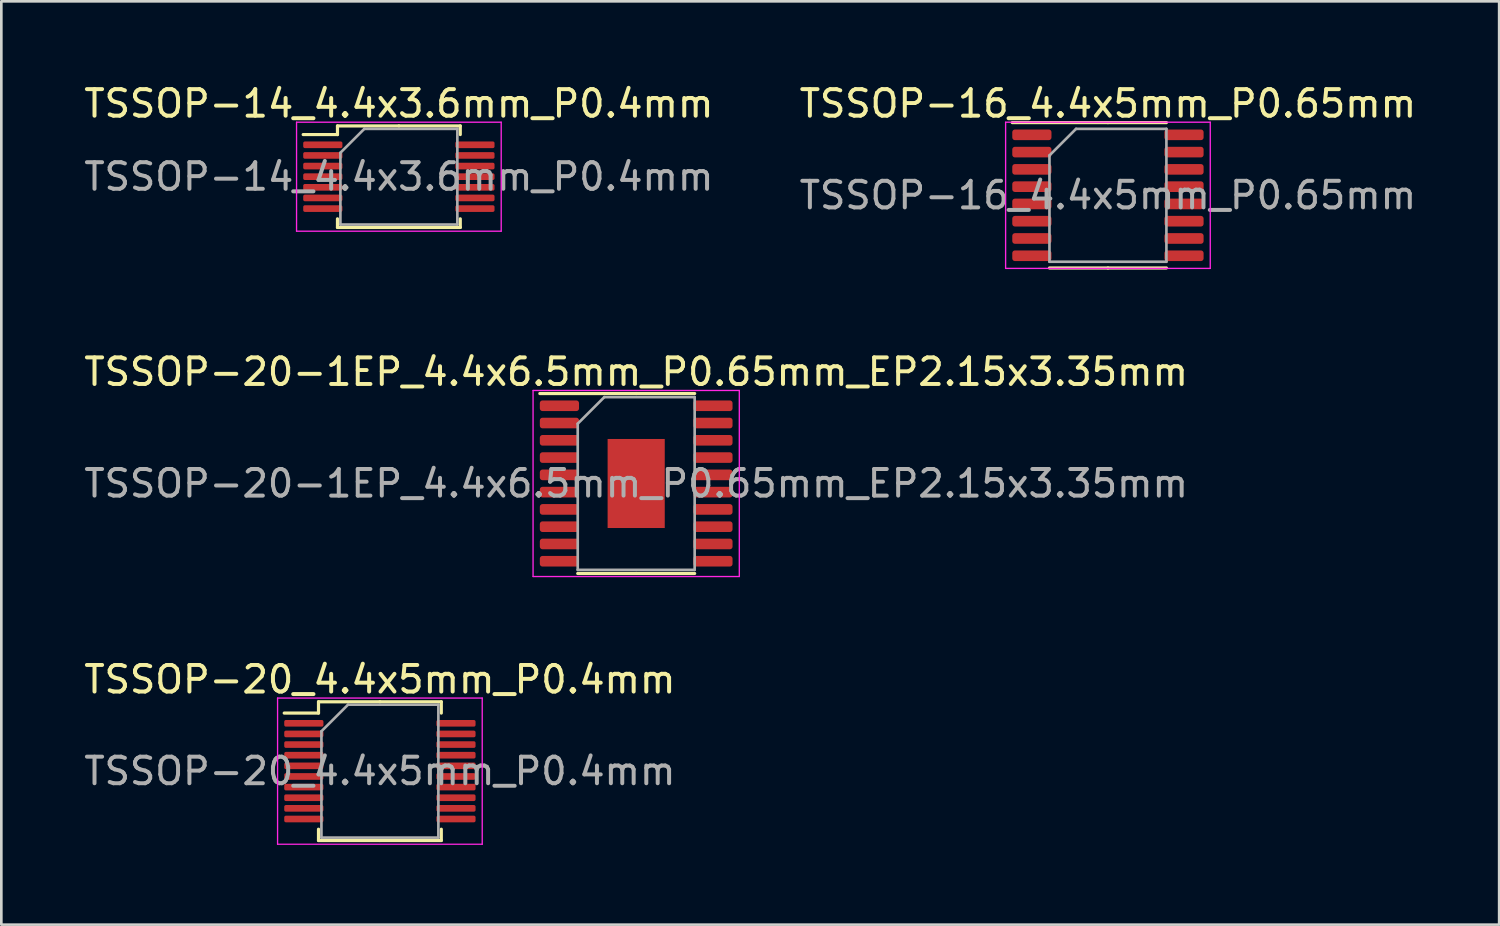
<source format=kicad_pcb>
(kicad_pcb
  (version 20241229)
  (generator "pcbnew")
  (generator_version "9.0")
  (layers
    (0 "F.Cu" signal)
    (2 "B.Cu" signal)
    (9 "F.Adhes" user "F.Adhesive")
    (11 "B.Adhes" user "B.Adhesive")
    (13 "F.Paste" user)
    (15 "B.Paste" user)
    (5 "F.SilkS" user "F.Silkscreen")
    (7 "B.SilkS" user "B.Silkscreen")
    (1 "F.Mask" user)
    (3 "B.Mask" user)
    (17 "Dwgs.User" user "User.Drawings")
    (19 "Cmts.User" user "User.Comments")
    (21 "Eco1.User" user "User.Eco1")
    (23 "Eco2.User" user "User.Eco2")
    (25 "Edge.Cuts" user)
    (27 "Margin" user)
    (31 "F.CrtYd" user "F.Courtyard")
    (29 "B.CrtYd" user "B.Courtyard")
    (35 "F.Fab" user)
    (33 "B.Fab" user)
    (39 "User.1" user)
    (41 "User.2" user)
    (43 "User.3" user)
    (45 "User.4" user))
  (footprint "TSSOP-16_4.4x5mm_P0.65mm"
    (layer "F.Cu")
    (at 38.637 4.298)
    (property "Reference" "TSSOP-16_4.4x5mm_P0.65mm" (at 0 -3.45 0) (layer "F.SilkS") (effects (font (size 1 1) (thickness 0.15))))
    (attr smd)
    (fp_line (start 0 -2.735) (end -3.6 -2.735) (stroke (width 0.12) (type solid)) (layer "F.SilkS"))
    (fp_line (start 0 -2.735) (end 2.2 -2.735) (stroke (width 0.12) (type solid)) (layer "F.SilkS"))
    (fp_line (start 0 2.735) (end -2.2 2.735) (stroke (width 0.12) (type solid)) (layer "F.SilkS"))
    (fp_line (start 0 2.735) (end 2.2 2.735) (stroke (width 0.12) (type solid)) (layer "F.SilkS"))
    (fp_line (start -3.85 -2.75) (end -3.85 2.75) (stroke (width 0.05) (type solid)) (layer "F.CrtYd"))
    (fp_line (start -3.85 2.75) (end 3.85 2.75) (stroke (width 0.05) (type solid)) (layer "F.CrtYd"))
    (fp_line (start 3.85 -2.75) (end -3.85 -2.75) (stroke (width 0.05) (type solid)) (layer "F.CrtYd"))
    (fp_line (start 3.85 2.75) (end 3.85 -2.75) (stroke (width 0.05) (type solid)) (layer "F.CrtYd"))
    (fp_line (start -2.2 -1.5) (end -1.2 -2.5) (stroke (width 0.1) (type solid)) (layer "F.Fab"))
    (fp_line (start -2.2 2.5) (end -2.2 -1.5) (stroke (width 0.1) (type solid)) (layer "F.Fab"))
    (fp_line (start -1.2 -2.5) (end 2.2 -2.5) (stroke (width 0.1) (type solid)) (layer "F.Fab"))
    (fp_line (start 2.2 -2.5) (end 2.2 2.5) (stroke (width 0.1) (type solid)) (layer "F.Fab"))
    (fp_line (start 2.2 2.5) (end -2.2 2.5) (stroke (width 0.1) (type solid)) (layer "F.Fab"))
    (fp_text user "${REFERENCE}" (at 0 0 0) (layer "F.Fab") (effects (font (size 1 1) (thickness 0.15))))
    (pad "1" smd roundrect (at -2.862 -2.275) (size 1.475 0.4) (layers "F.Cu" "F.Mask" "F.Paste") (roundrect_rratio 0.25))
    (pad "2" smd roundrect (at -2.862 -1.625) (size 1.475 0.4) (layers "F.Cu" "F.Mask" "F.Paste") (roundrect_rratio 0.25))
    (pad "3" smd roundrect (at -2.862 -0.975) (size 1.475 0.4) (layers "F.Cu" "F.Mask" "F.Paste") (roundrect_rratio 0.25))
    (pad "4" smd roundrect (at -2.862 -0.325) (size 1.475 0.4) (layers "F.Cu" "F.Mask" "F.Paste") (roundrect_rratio 0.25))
    (pad "5" smd roundrect (at -2.862 0.325) (size 1.475 0.4) (layers "F.Cu" "F.Mask" "F.Paste") (roundrect_rratio 0.25))
    (pad "6" smd roundrect (at -2.862 0.975) (size 1.475 0.4) (layers "F.Cu" "F.Mask" "F.Paste") (roundrect_rratio 0.25))
    (pad "7" smd roundrect (at -2.862 1.625) (size 1.475 0.4) (layers "F.Cu" "F.Mask" "F.Paste") (roundrect_rratio 0.25))
    (pad "8" smd roundrect (at -2.862 2.275) (size 1.475 0.4) (layers "F.Cu" "F.Mask" "F.Paste") (roundrect_rratio 0.25))
    (pad "9" smd roundrect (at 2.862 2.275) (size 1.475 0.4) (layers "F.Cu" "F.Mask" "F.Paste") (roundrect_rratio 0.25))
    (pad "10" smd roundrect (at 2.862 1.625) (size 1.475 0.4) (layers "F.Cu" "F.Mask" "F.Paste") (roundrect_rratio 0.25))
    (pad "11" smd roundrect (at 2.862 0.975) (size 1.475 0.4) (layers "F.Cu" "F.Mask" "F.Paste") (roundrect_rratio 0.25))
    (pad "12" smd roundrect (at 2.862 0.325) (size 1.475 0.4) (layers "F.Cu" "F.Mask" "F.Paste") (roundrect_rratio 0.25))
    (pad "13" smd roundrect (at 2.862 -0.325) (size 1.475 0.4) (layers "F.Cu" "F.Mask" "F.Paste") (roundrect_rratio 0.25))
    (pad "14" smd roundrect (at 2.862 -0.975) (size 1.475 0.4) (layers "F.Cu" "F.Mask" "F.Paste") (roundrect_rratio 0.25))
    (pad "15" smd roundrect (at 2.862 -1.625) (size 1.475 0.4) (layers "F.Cu" "F.Mask" "F.Paste") (roundrect_rratio 0.25))
    (pad "16" smd roundrect (at 2.862 -2.275) (size 1.475 0.4) (layers "F.Cu" "F.Mask" "F.Paste") (roundrect_rratio 0.25)))
  (footprint "TSSOP-20-1EP_4.4x6.5mm_P0.65mm_EP2.15x3.35mm"
    (layer "F.Cu")
    (at 20.887 15.142)
    (property "Reference" "TSSOP-20-1EP_4.4x6.5mm_P0.65mm_EP2.15x3.35mm" (at 0 -4.2 0) (layer "F.SilkS") (effects (font (size 1 1) (thickness 0.15))))
    (attr smd)
    (fp_line (start 0 -3.385) (end -3.625 -3.385) (stroke (width 0.12) (type solid)) (layer "F.SilkS"))
    (fp_line (start 0 -3.385) (end 2.2 -3.385) (stroke (width 0.12) (type solid)) (layer "F.SilkS"))
    (fp_line (start 0 3.385) (end -2.2 3.385) (stroke (width 0.12) (type solid)) (layer "F.SilkS"))
    (fp_line (start 0 3.385) (end 2.2 3.385) (stroke (width 0.12) (type solid)) (layer "F.SilkS"))
    (fp_line (start -3.88 -3.5) (end -3.88 3.5) (stroke (width 0.05) (type solid)) (layer "F.CrtYd"))
    (fp_line (start -3.88 3.5) (end 3.88 3.5) (stroke (width 0.05) (type solid)) (layer "F.CrtYd"))
    (fp_line (start 3.88 -3.5) (end -3.88 -3.5) (stroke (width 0.05) (type solid)) (layer "F.CrtYd"))
    (fp_line (start 3.88 3.5) (end 3.88 -3.5) (stroke (width 0.05) (type solid)) (layer "F.CrtYd"))
    (fp_line (start -2.2 -2.25) (end -1.2 -3.25) (stroke (width 0.1) (type solid)) (layer "F.Fab"))
    (fp_line (start -2.2 3.25) (end -2.2 -2.25) (stroke (width 0.1) (type solid)) (layer "F.Fab"))
    (fp_line (start -1.2 -3.25) (end 2.2 -3.25) (stroke (width 0.1) (type solid)) (layer "F.Fab"))
    (fp_line (start 2.2 -3.25) (end 2.2 3.25) (stroke (width 0.1) (type solid)) (layer "F.Fab"))
    (fp_line (start 2.2 3.25) (end -2.2 3.25) (stroke (width 0.1) (type solid)) (layer "F.Fab"))
    (fp_text user "${REFERENCE}" (at 0 0 0) (layer "F.Fab") (effects (font (size 1 1) (thickness 0.15))))
    (pad "" smd roundrect (at -0.54 -0.84) (size 0.87 1.35) (layers "F.Paste") (roundrect_rratio 0.25))
    (pad "" smd roundrect (at -0.54 0.84) (size 0.87 1.35) (layers "F.Paste") (roundrect_rratio 0.25))
    (pad "" smd roundrect (at 0.54 -0.84) (size 0.87 1.35) (layers "F.Paste") (roundrect_rratio 0.25))
    (pad "" smd roundrect (at 0.54 0.84) (size 0.87 1.35) (layers "F.Paste") (roundrect_rratio 0.25))
    (pad "1" smd roundrect (at -2.888 -2.925) (size 1.475 0.4) (layers "F.Cu" "F.Mask" "F.Paste") (roundrect_rratio 0.25))
    (pad "2" smd roundrect (at -2.888 -2.275) (size 1.475 0.4) (layers "F.Cu" "F.Mask" "F.Paste") (roundrect_rratio 0.25))
    (pad "3" smd roundrect (at -2.888 -1.625) (size 1.475 0.4) (layers "F.Cu" "F.Mask" "F.Paste") (roundrect_rratio 0.25))
    (pad "4" smd roundrect (at -2.888 -0.975) (size 1.475 0.4) (layers "F.Cu" "F.Mask" "F.Paste") (roundrect_rratio 0.25))
    (pad "5" smd roundrect (at -2.888 -0.325) (size 1.475 0.4) (layers "F.Cu" "F.Mask" "F.Paste") (roundrect_rratio 0.25))
    (pad "6" smd roundrect (at -2.888 0.325) (size 1.475 0.4) (layers "F.Cu" "F.Mask" "F.Paste") (roundrect_rratio 0.25))
    (pad "7" smd roundrect (at -2.888 0.975) (size 1.475 0.4) (layers "F.Cu" "F.Mask" "F.Paste") (roundrect_rratio 0.25))
    (pad "8" smd roundrect (at -2.888 1.625) (size 1.475 0.4) (layers "F.Cu" "F.Mask" "F.Paste") (roundrect_rratio 0.25))
    (pad "9" smd roundrect (at -2.888 2.275) (size 1.475 0.4) (layers "F.Cu" "F.Mask" "F.Paste") (roundrect_rratio 0.25))
    (pad "10" smd roundrect (at -2.888 2.925) (size 1.475 0.4) (layers "F.Cu" "F.Mask" "F.Paste") (roundrect_rratio 0.25))
    (pad "11" smd roundrect (at 2.888 2.925) (size 1.475 0.4) (layers "F.Cu" "F.Mask" "F.Paste") (roundrect_rratio 0.25))
    (pad "12" smd roundrect (at 2.888 2.275) (size 1.475 0.4) (layers "F.Cu" "F.Mask" "F.Paste") (roundrect_rratio 0.25))
    (pad "13" smd roundrect (at 2.888 1.625) (size 1.475 0.4) (layers "F.Cu" "F.Mask" "F.Paste") (roundrect_rratio 0.25))
    (pad "14" smd roundrect (at 2.888 0.975) (size 1.475 0.4) (layers "F.Cu" "F.Mask" "F.Paste") (roundrect_rratio 0.25))
    (pad "15" smd roundrect (at 2.888 0.325) (size 1.475 0.4) (layers "F.Cu" "F.Mask" "F.Paste") (roundrect_rratio 0.25))
    (pad "16" smd roundrect (at 2.888 -0.325) (size 1.475 0.4) (layers "F.Cu" "F.Mask" "F.Paste") (roundrect_rratio 0.25))
    (pad "17" smd roundrect (at 2.888 -0.975) (size 1.475 0.4) (layers "F.Cu" "F.Mask" "F.Paste") (roundrect_rratio 0.25))
    (pad "18" smd roundrect (at 2.888 -1.625) (size 1.475 0.4) (layers "F.Cu" "F.Mask" "F.Paste") (roundrect_rratio 0.25))
    (pad "19" smd roundrect (at 2.888 -2.275) (size 1.475 0.4) (layers "F.Cu" "F.Mask" "F.Paste") (roundrect_rratio 0.25))
    (pad "20" smd roundrect (at 2.888 -2.925) (size 1.475 0.4) (layers "F.Cu" "F.Mask" "F.Paste") (roundrect_rratio 0.25))
    (pad "21" smd rect (at 0 0) (size 2.15 3.35) (layers "F.Cu" "F.Mask")))
  (footprint "TSSOP-20_4.4x5mm_P0.4mm"
    (layer "F.Cu")
    (at 11.244 25.965)
    (property "Reference" "TSSOP-20_4.4x5mm_P0.4mm" (at 0 -3.45 0) (layer "F.SilkS") (effects (font (size 1 1) (thickness 0.15))))
    (attr smd)
    (fp_line (start -2.31 -2.61) (end -2.31 -2.185) (stroke (width 0.12) (type solid)) (layer "F.SilkS"))
    (fp_line (start -2.31 -2.185) (end -3.6 -2.185) (stroke (width 0.12) (type solid)) (layer "F.SilkS"))
    (fp_line (start -2.31 2.61) (end -2.31 2.185) (stroke (width 0.12) (type solid)) (layer "F.SilkS"))
    (fp_line (start 0 -2.61) (end -2.31 -2.61) (stroke (width 0.12) (type solid)) (layer "F.SilkS"))
    (fp_line (start 0 -2.61) (end 2.31 -2.61) (stroke (width 0.12) (type solid)) (layer "F.SilkS"))
    (fp_line (start 0 2.61) (end -2.31 2.61) (stroke (width 0.12) (type solid)) (layer "F.SilkS"))
    (fp_line (start 0 2.61) (end 2.31 2.61) (stroke (width 0.12) (type solid)) (layer "F.SilkS"))
    (fp_line (start 2.31 -2.61) (end 2.31 -2.185) (stroke (width 0.12) (type solid)) (layer "F.SilkS"))
    (fp_line (start 2.31 2.61) (end 2.31 2.185) (stroke (width 0.12) (type solid)) (layer "F.SilkS"))
    (fp_line (start -3.85 -2.75) (end -3.85 2.75) (stroke (width 0.05) (type solid)) (layer "F.CrtYd"))
    (fp_line (start -3.85 2.75) (end 3.85 2.75) (stroke (width 0.05) (type solid)) (layer "F.CrtYd"))
    (fp_line (start 3.85 -2.75) (end -3.85 -2.75) (stroke (width 0.05) (type solid)) (layer "F.CrtYd"))
    (fp_line (start 3.85 2.75) (end 3.85 -2.75) (stroke (width 0.05) (type solid)) (layer "F.CrtYd"))
    (fp_line (start -2.2 -1.5) (end -1.2 -2.5) (stroke (width 0.1) (type solid)) (layer "F.Fab"))
    (fp_line (start -2.2 2.5) (end -2.2 -1.5) (stroke (width 0.1) (type solid)) (layer "F.Fab"))
    (fp_line (start -1.2 -2.5) (end 2.2 -2.5) (stroke (width 0.1) (type solid)) (layer "F.Fab"))
    (fp_line (start 2.2 -2.5) (end 2.2 2.5) (stroke (width 0.1) (type solid)) (layer "F.Fab"))
    (fp_line (start 2.2 2.5) (end -2.2 2.5) (stroke (width 0.1) (type solid)) (layer "F.Fab"))
    (fp_text user "${REFERENCE}" (at 0 0 0) (layer "F.Fab") (effects (font (size 1 1) (thickness 0.15))))
    (pad "1" smd roundrect (at -2.862 -1.8) (size 1.475 0.25) (layers "F.Cu" "F.Mask" "F.Paste") (roundrect_rratio 0.25))
    (pad "2" smd roundrect (at -2.862 -1.4) (size 1.475 0.25) (layers "F.Cu" "F.Mask" "F.Paste") (roundrect_rratio 0.25))
    (pad "3" smd roundrect (at -2.862 -1) (size 1.475 0.25) (layers "F.Cu" "F.Mask" "F.Paste") (roundrect_rratio 0.25))
    (pad "4" smd roundrect (at -2.862 -0.6) (size 1.475 0.25) (layers "F.Cu" "F.Mask" "F.Paste") (roundrect_rratio 0.25))
    (pad "5" smd roundrect (at -2.862 -0.2) (size 1.475 0.25) (layers "F.Cu" "F.Mask" "F.Paste") (roundrect_rratio 0.25))
    (pad "6" smd roundrect (at -2.862 0.2) (size 1.475 0.25) (layers "F.Cu" "F.Mask" "F.Paste") (roundrect_rratio 0.25))
    (pad "7" smd roundrect (at -2.862 0.6) (size 1.475 0.25) (layers "F.Cu" "F.Mask" "F.Paste") (roundrect_rratio 0.25))
    (pad "8" smd roundrect (at -2.862 1) (size 1.475 0.25) (layers "F.Cu" "F.Mask" "F.Paste") (roundrect_rratio 0.25))
    (pad "9" smd roundrect (at -2.862 1.4) (size 1.475 0.25) (layers "F.Cu" "F.Mask" "F.Paste") (roundrect_rratio 0.25))
    (pad "10" smd roundrect (at -2.862 1.8) (size 1.475 0.25) (layers "F.Cu" "F.Mask" "F.Paste") (roundrect_rratio 0.25))
    (pad "11" smd roundrect (at 2.862 1.8) (size 1.475 0.25) (layers "F.Cu" "F.Mask" "F.Paste") (roundrect_rratio 0.25))
    (pad "12" smd roundrect (at 2.862 1.4) (size 1.475 0.25) (layers "F.Cu" "F.Mask" "F.Paste") (roundrect_rratio 0.25))
    (pad "13" smd roundrect (at 2.862 1) (size 1.475 0.25) (layers "F.Cu" "F.Mask" "F.Paste") (roundrect_rratio 0.25))
    (pad "14" smd roundrect (at 2.862 0.6) (size 1.475 0.25) (layers "F.Cu" "F.Mask" "F.Paste") (roundrect_rratio 0.25))
    (pad "15" smd roundrect (at 2.862 0.2) (size 1.475 0.25) (layers "F.Cu" "F.Mask" "F.Paste") (roundrect_rratio 0.25))
    (pad "16" smd roundrect (at 2.862 -0.2) (size 1.475 0.25) (layers "F.Cu" "F.Mask" "F.Paste") (roundrect_rratio 0.25))
    (pad "17" smd roundrect (at 2.862 -0.6) (size 1.475 0.25) (layers "F.Cu" "F.Mask" "F.Paste") (roundrect_rratio 0.25))
    (pad "18" smd roundrect (at 2.862 -1) (size 1.475 0.25) (layers "F.Cu" "F.Mask" "F.Paste") (roundrect_rratio 0.25))
    (pad "19" smd roundrect (at 2.862 -1.4) (size 1.475 0.25) (layers "F.Cu" "F.Mask" "F.Paste") (roundrect_rratio 0.25))
    (pad "20" smd roundrect (at 2.862 -1.8) (size 1.475 0.25) (layers "F.Cu" "F.Mask" "F.Paste") (roundrect_rratio 0.25)))
  (footprint "TSSOP-14_4.4x3.6mm_P0.4mm"
    (layer "F.Cu")
    (at 11.958 3.598)
    (property "Reference" "TSSOP-14_4.4x3.6mm_P0.4mm" (at 0 -2.75 0) (layer "F.SilkS") (effects (font (size 1 1) (thickness 0.15))))
    (attr smd)
    (fp_line (start -2.31 -1.91) (end -2.31 -1.585) (stroke (width 0.12) (type solid)) (layer "F.SilkS"))
    (fp_line (start -2.31 -1.585) (end -3.6 -1.585) (stroke (width 0.12) (type solid)) (layer "F.SilkS"))
    (fp_line (start -2.31 1.91) (end -2.31 1.585) (stroke (width 0.12) (type solid)) (layer "F.SilkS"))
    (fp_line (start 0 -1.91) (end -2.31 -1.91) (stroke (width 0.12) (type solid)) (layer "F.SilkS"))
    (fp_line (start 0 -1.91) (end 2.31 -1.91) (stroke (width 0.12) (type solid)) (layer "F.SilkS"))
    (fp_line (start 0 1.91) (end -2.31 1.91) (stroke (width 0.12) (type solid)) (layer "F.SilkS"))
    (fp_line (start 0 1.91) (end 2.31 1.91) (stroke (width 0.12) (type solid)) (layer "F.SilkS"))
    (fp_line (start 2.31 -1.91) (end 2.31 -1.585) (stroke (width 0.12) (type solid)) (layer "F.SilkS"))
    (fp_line (start 2.31 1.91) (end 2.31 1.585) (stroke (width 0.12) (type solid)) (layer "F.SilkS"))
    (fp_line (start -3.85 -2.05) (end -3.85 2.05) (stroke (width 0.05) (type solid)) (layer "F.CrtYd"))
    (fp_line (start -3.85 2.05) (end 3.85 2.05) (stroke (width 0.05) (type solid)) (layer "F.CrtYd"))
    (fp_line (start 3.85 -2.05) (end -3.85 -2.05) (stroke (width 0.05) (type solid)) (layer "F.CrtYd"))
    (fp_line (start 3.85 2.05) (end 3.85 -2.05) (stroke (width 0.05) (type solid)) (layer "F.CrtYd"))
    (fp_line (start -2.2 -0.9) (end -1.3 -1.8) (stroke (width 0.1) (type solid)) (layer "F.Fab"))
    (fp_line (start -2.2 1.8) (end -2.2 -0.9) (stroke (width 0.1) (type solid)) (layer "F.Fab"))
    (fp_line (start -1.3 -1.8) (end 2.2 -1.8) (stroke (width 0.1) (type solid)) (layer "F.Fab"))
    (fp_line (start 2.2 -1.8) (end 2.2 1.8) (stroke (width 0.1) (type solid)) (layer "F.Fab"))
    (fp_line (start 2.2 1.8) (end -2.2 1.8) (stroke (width 0.1) (type solid)) (layer "F.Fab"))
    (fp_text user "${REFERENCE}" (at 0 0 0) (layer "F.Fab") (effects (font (size 1 1) (thickness 0.15))))
    (pad "1" smd roundrect (at -2.862 -1.2) (size 1.475 0.25) (layers "F.Cu" "F.Mask" "F.Paste") (roundrect_rratio 0.25))
    (pad "2" smd roundrect (at -2.862 -0.8) (size 1.475 0.25) (layers "F.Cu" "F.Mask" "F.Paste") (roundrect_rratio 0.25))
    (pad "3" smd roundrect (at -2.862 -0.4) (size 1.475 0.25) (layers "F.Cu" "F.Mask" "F.Paste") (roundrect_rratio 0.25))
    (pad "4" smd roundrect (at -2.862 0) (size 1.475 0.25) (layers "F.Cu" "F.Mask" "F.Paste") (roundrect_rratio 0.25))
    (pad "5" smd roundrect (at -2.862 0.4) (size 1.475 0.25) (layers "F.Cu" "F.Mask" "F.Paste") (roundrect_rratio 0.25))
    (pad "6" smd roundrect (at -2.862 0.8) (size 1.475 0.25) (layers "F.Cu" "F.Mask" "F.Paste") (roundrect_rratio 0.25))
    (pad "7" smd roundrect (at -2.862 1.2) (size 1.475 0.25) (layers "F.Cu" "F.Mask" "F.Paste") (roundrect_rratio 0.25))
    (pad "8" smd roundrect (at 2.862 1.2) (size 1.475 0.25) (layers "F.Cu" "F.Mask" "F.Paste") (roundrect_rratio 0.25))
    (pad "9" smd roundrect (at 2.862 0.8) (size 1.475 0.25) (layers "F.Cu" "F.Mask" "F.Paste") (roundrect_rratio 0.25))
    (pad "10" smd roundrect (at 2.862 0.4) (size 1.475 0.25) (layers "F.Cu" "F.Mask" "F.Paste") (roundrect_rratio 0.25))
    (pad "11" smd roundrect (at 2.862 0) (size 1.475 0.25) (layers "F.Cu" "F.Mask" "F.Paste") (roundrect_rratio 0.25))
    (pad "12" smd roundrect (at 2.862 -0.4) (size 1.475 0.25) (layers "F.Cu" "F.Mask" "F.Paste") (roundrect_rratio 0.25))
    (pad "13" smd roundrect (at 2.862 -0.8) (size 1.475 0.25) (layers "F.Cu" "F.Mask" "F.Paste") (roundrect_rratio 0.25))
    (pad "14" smd roundrect (at 2.862 -1.2) (size 1.475 0.25) (layers "F.Cu" "F.Mask" "F.Paste") (roundrect_rratio 0.25)))
  (gr_rect
    (start -3 -3)
    (end 53.357 31.74)
    (stroke (width 0.1) (type default))
    (fill no)
    (layer "Edge.Cuts")))
</source>
